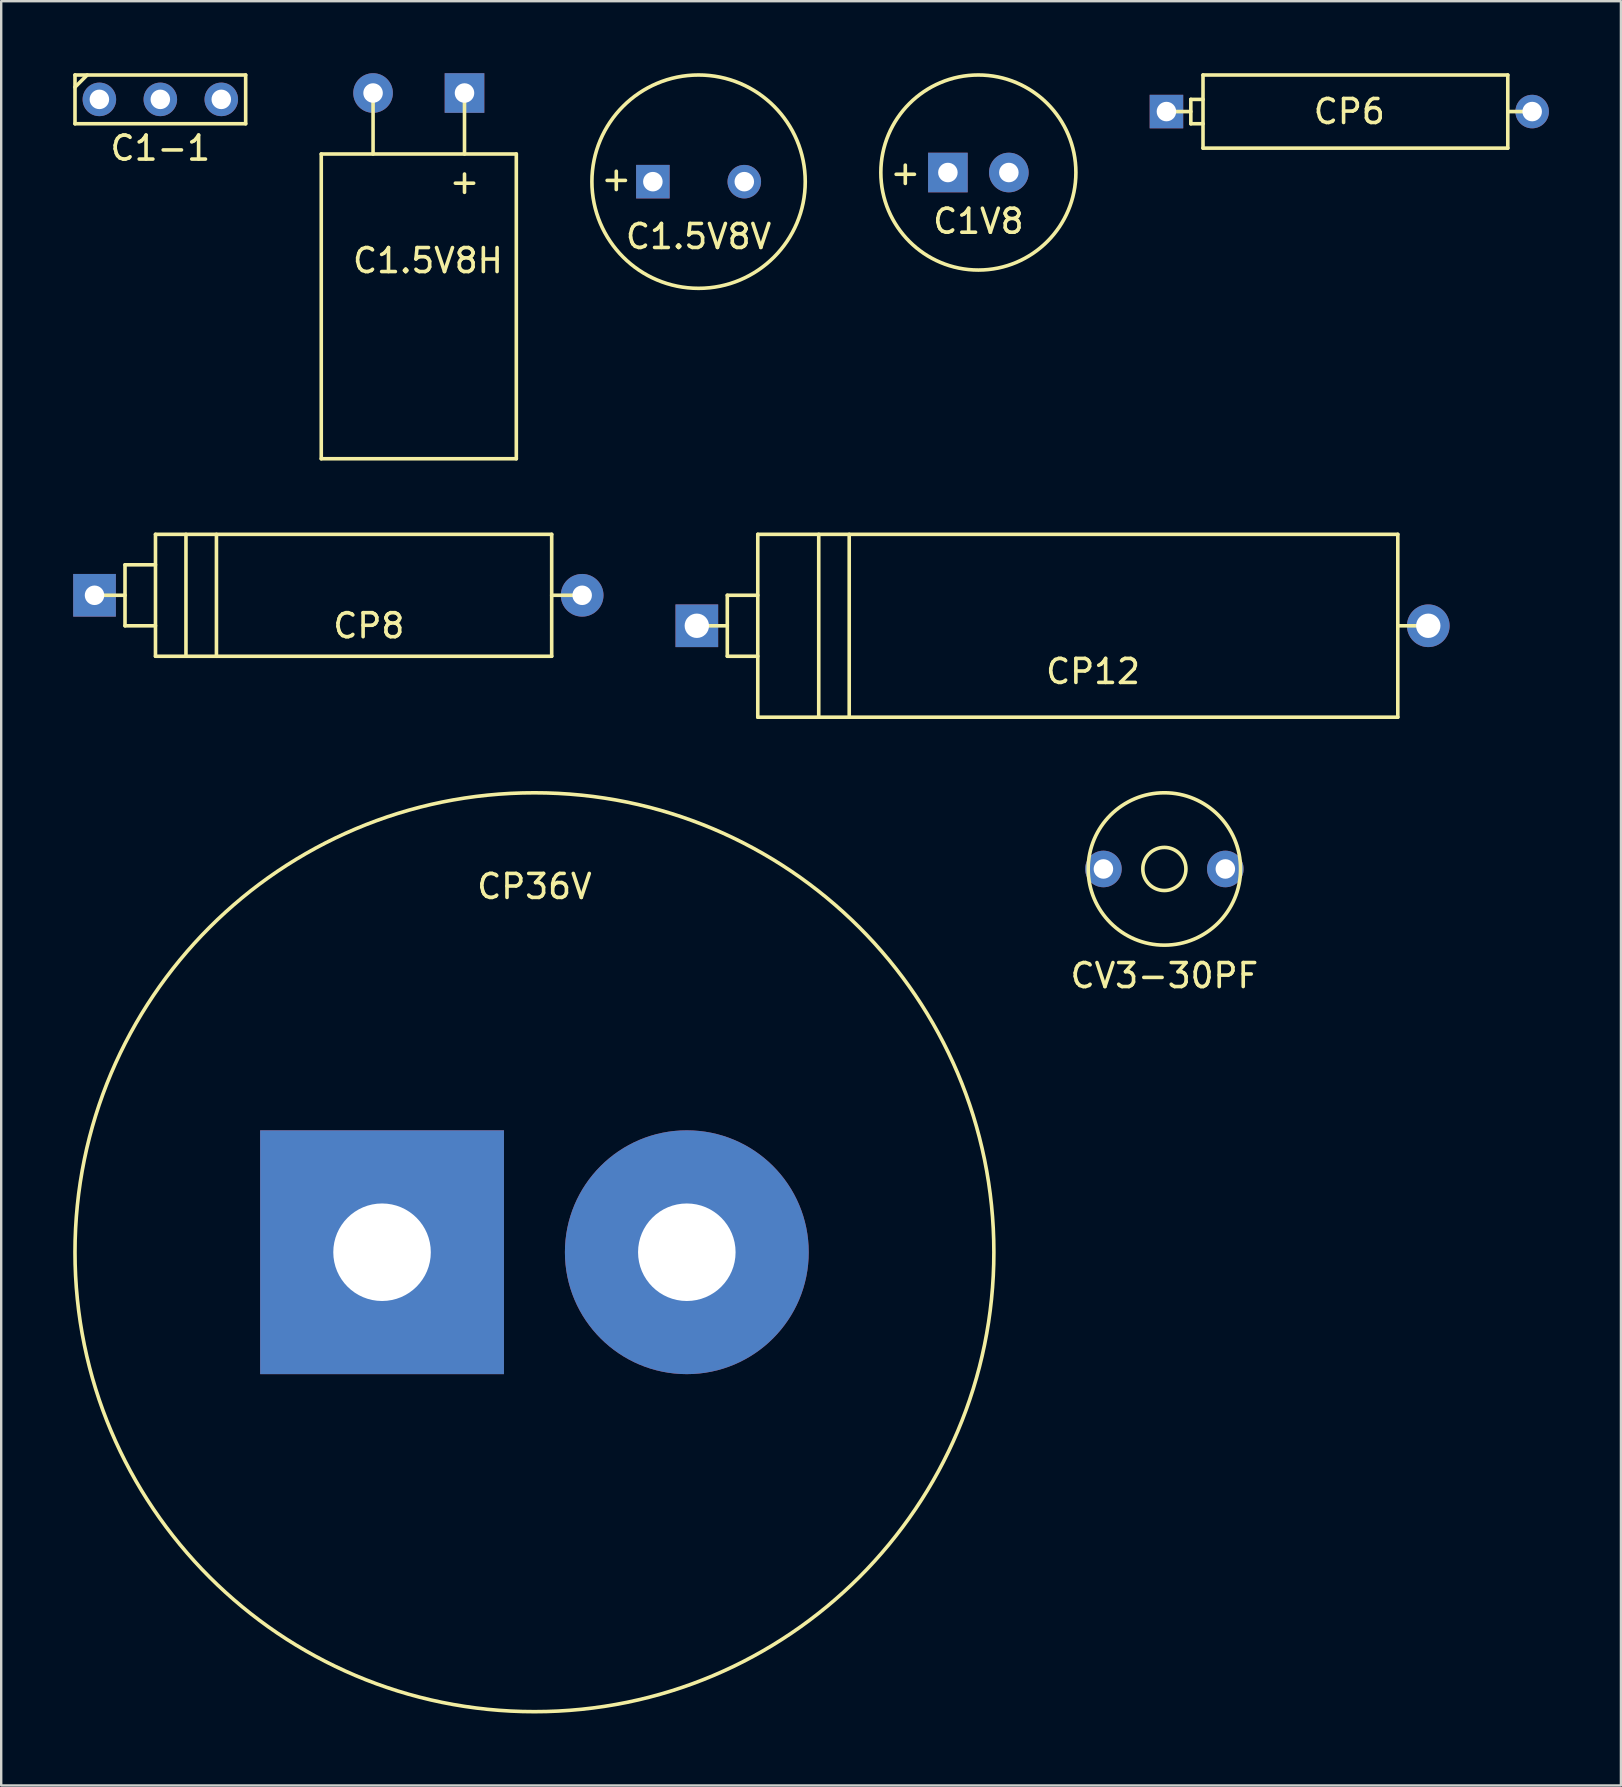
<source format=kicad_pcb>
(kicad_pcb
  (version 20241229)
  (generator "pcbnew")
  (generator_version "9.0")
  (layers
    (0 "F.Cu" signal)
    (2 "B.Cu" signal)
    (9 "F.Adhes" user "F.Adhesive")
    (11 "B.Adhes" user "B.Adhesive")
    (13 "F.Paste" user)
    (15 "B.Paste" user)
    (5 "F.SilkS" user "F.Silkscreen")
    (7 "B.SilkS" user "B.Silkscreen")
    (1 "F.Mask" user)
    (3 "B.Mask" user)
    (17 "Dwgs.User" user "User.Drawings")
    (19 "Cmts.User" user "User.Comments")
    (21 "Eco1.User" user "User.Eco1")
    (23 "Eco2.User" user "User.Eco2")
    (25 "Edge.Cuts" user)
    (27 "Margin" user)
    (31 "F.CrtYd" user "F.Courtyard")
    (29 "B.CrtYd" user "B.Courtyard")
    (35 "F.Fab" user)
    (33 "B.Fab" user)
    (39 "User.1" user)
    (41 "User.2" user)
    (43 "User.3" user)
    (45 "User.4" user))
  (footprint "CP6"
    (layer "F.Cu")
    (at 53.176 1.599)
    (property "Reference" "CP6" (at 0 0 0) (layer "F.SilkS") (effects (font (size 1 1) (thickness 0.15))))
    (attr through_hole)
    (fp_line (start -7.62 0) (end -6.604 0) (stroke (width 0.15) (type solid)) (layer "F.SilkS"))
    (fp_line (start -6.604 -0.508) (end -6.096 -0.508) (stroke (width 0.15) (type solid)) (layer "F.SilkS"))
    (fp_line (start -6.604 0.508) (end -6.604 -0.508) (stroke (width 0.15) (type solid)) (layer "F.SilkS"))
    (fp_line (start -6.096 -1.524) (end -6.096 1.524) (stroke (width 0.15) (type solid)) (layer "F.SilkS"))
    (fp_line (start -6.096 0.508) (end -6.604 0.508) (stroke (width 0.15) (type solid)) (layer "F.SilkS"))
    (fp_line (start -6.096 1.524) (end 6.604 1.524) (stroke (width 0.15) (type solid)) (layer "F.SilkS"))
    (fp_line (start 6.604 -1.524) (end -6.096 -1.524) (stroke (width 0.15) (type solid)) (layer "F.SilkS"))
    (fp_line (start 6.604 0) (end 6.604 -1.524) (stroke (width 0.15) (type solid)) (layer "F.SilkS"))
    (fp_line (start 6.604 1.524) (end 6.604 0) (stroke (width 0.15) (type solid)) (layer "F.SilkS"))
    (fp_line (start 7.62 0) (end 6.604 0) (stroke (width 0.15) (type solid)) (layer "F.SilkS"))
    (pad "1" thru_hole rect (at -7.62 0) (size 1.397 1.397) (drill 0.813) (layers "*.Cu" "*.Mask"))
    (pad "2" thru_hole circle (at 7.62 0) (size 1.397 1.397) (drill 0.813) (layers "*.Cu" "*.Mask")))
  (footprint "CP8"
    (layer "F.Cu")
    (at 11.049 21.756)
    (property "Reference" "CP8" (at 1.27 1.27 0) (layer "F.SilkS") (effects (font (size 1 1) (thickness 0.15))))
    (attr through_hole)
    (fp_line (start -10.16 0) (end -8.89 0) (stroke (width 0.15) (type solid)) (layer "F.SilkS"))
    (fp_line (start -8.89 -1.27) (end -7.62 -1.27) (stroke (width 0.15) (type solid)) (layer "F.SilkS"))
    (fp_line (start -8.89 1.27) (end -8.89 -1.27) (stroke (width 0.15) (type solid)) (layer "F.SilkS"))
    (fp_line (start -7.62 -2.54) (end 8.89 -2.54) (stroke (width 0.15) (type solid)) (layer "F.SilkS"))
    (fp_line (start -7.62 1.27) (end -8.89 1.27) (stroke (width 0.15) (type solid)) (layer "F.SilkS"))
    (fp_line (start -7.62 2.54) (end -7.62 -2.54) (stroke (width 0.15) (type solid)) (layer "F.SilkS"))
    (fp_line (start -6.35 2.54) (end -6.35 -2.54) (stroke (width 0.15) (type solid)) (layer "F.SilkS"))
    (fp_line (start -5.08 -2.54) (end -5.08 2.54) (stroke (width 0.15) (type solid)) (layer "F.SilkS"))
    (fp_line (start 8.89 -2.54) (end 8.89 2.54) (stroke (width 0.15) (type solid)) (layer "F.SilkS"))
    (fp_line (start 8.89 0) (end 10.16 0) (stroke (width 0.15) (type solid)) (layer "F.SilkS"))
    (fp_line (start 8.89 2.54) (end -7.62 2.54) (stroke (width 0.15) (type solid)) (layer "F.SilkS"))
    (pad "1" thru_hole rect (at -10.16 0) (size 1.778 1.778) (drill 0.813) (layers "*.Cu" "*.Mask"))
    (pad "2" thru_hole circle (at 10.16 0) (size 1.778 1.778) (drill 0.813) (layers "*.Cu" "*.Mask")))
  (footprint "C1-1"
    (layer "F.Cu")
    (at 3.631 1.091)
    (property "Reference" "C1-1" (at 0 2.032 0) (layer "F.SilkS") (effects (font (size 1 1) (thickness 0.15))))
    (attr through_hole)
    (fp_line (start -3.556 -1.016) (end 3.556 -1.016) (stroke (width 0.15) (type solid)) (layer "F.SilkS"))
    (fp_line (start -3.556 -0.508) (end -3.048 -1.016) (stroke (width 0.15) (type solid)) (layer "F.SilkS"))
    (fp_line (start -3.556 1.016) (end -3.556 -1.016) (stroke (width 0.15) (type solid)) (layer "F.SilkS"))
    (fp_line (start 3.556 -1.016) (end 3.556 1.016) (stroke (width 0.15) (type solid)) (layer "F.SilkS"))
    (fp_line (start 3.556 1.016) (end -3.556 1.016) (stroke (width 0.15) (type solid)) (layer "F.SilkS"))
    (pad "1" thru_hole circle (at -2.54 0) (size 1.397 1.397) (drill 0.813) (layers "*.Cu" "*.Mask"))
    (pad "2" thru_hole circle (at 0 0) (size 1.397 1.397) (drill 0.813) (layers "*.Cu" "*.Mask"))
    (pad "2" thru_hole circle (at 2.54 0) (size 1.397 1.397) (drill 0.813) (layers "*.Cu" "*.Mask")))
  (footprint "C1.5V8H"
    (layer "F.Cu")
    (at 14.401 0.826)
    (property "Reference" "C1.5V8H" (at 0.381 6.985 0) (layer "F.SilkS") (effects (font (size 1 1) (thickness 0.15))))
    (attr through_hole)
    (fp_line (start -4.064 2.54) (end -4.064 15.24) (stroke (width 0.15) (type solid)) (layer "F.SilkS"))
    (fp_line (start -4.064 15.24) (end 4.064 15.24) (stroke (width 0.15) (type solid)) (layer "F.SilkS"))
    (fp_line (start -1.905 0) (end -1.905 2.54) (stroke (width 0.15) (type solid)) (layer "F.SilkS"))
    (fp_line (start 1.905 0) (end 1.905 2.54) (stroke (width 0.15) (type solid)) (layer "F.SilkS"))
    (fp_line (start 4.064 2.54) (end -4.064 2.54) (stroke (width 0.15) (type solid)) (layer "F.SilkS"))
    (fp_line (start 4.064 2.54) (end 4.064 15.24) (stroke (width 0.15) (type solid)) (layer "F.SilkS"))
    (fp_text user "+" (at 1.905 3.683 0) (layer "F.SilkS") (effects (font (size 1 1) (thickness 0.15))))
    (pad "1" thru_hole rect (at 1.905 0) (size 1.651 1.651) (drill 0.813) (layers "*.Cu" "*.Mask"))
    (pad "2" thru_hole circle (at -1.905 0) (size 1.651 1.651) (drill 0.813) (layers "*.Cu" "*.Mask")))
  (footprint "CP36V"
    (layer "F.Cu")
    (at 19.22 49.131)
    (property "Reference" "CP36V" (at 0 -15.24 0) (layer "F.SilkS") (effects (font (size 1 1) (thickness 0.15))))
    (attr through_hole)
    (fp_circle (center 0 0) (end 19.05 1.905) (stroke (width 0.15) (type solid)) (fill no) (layer "F.SilkS"))
    (pad "1" thru_hole rect (at -6.35 0) (size 10.16 10.16) (drill 4.064) (layers "*.Cu" "*.Mask"))
    (pad "2" thru_hole circle (at 6.35 0) (size 10.16 10.16) (drill 4.064) (layers "*.Cu" "*.Mask")))
  (footprint "C1V8"
    (layer "F.Cu")
    (at 37.719 4.139)
    (property "Reference" "C1V8" (at 0 2.032 0) (layer "F.SilkS") (effects (font (size 1 1) (thickness 0.15))))
    (attr through_hole)
    (fp_circle (center 0 0) (end 4.064 0) (stroke (width 0.15) (type solid)) (fill no) (layer "F.SilkS"))
    (fp_text user "+" (at -3.045 0 0) (layer "F.SilkS") (effects (font (size 1 1) (thickness 0.15))))
    (pad "1" thru_hole rect (at -1.27 0) (size 1.651 1.651) (drill 0.813) (layers "*.Cu" "*.Mask"))
    (pad "2" thru_hole circle (at 1.27 0) (size 1.651 1.651) (drill 0.813) (layers "*.Cu" "*.Mask")))
  (footprint "C1.5V8V"
    (layer "F.Cu")
    (at 26.06 4.52)
    (property "Reference" "C1.5V8V" (at 0 2.286 0) (layer "F.SilkS") (effects (font (size 1 1) (thickness 0.15))))
    (attr through_hole)
    (fp_circle (center 0 0) (end 0 4.445) (stroke (width 0.15) (type solid)) (fill no) (layer "F.SilkS"))
    (fp_text user "+" (at -3.429 -0.127 0) (layer "F.SilkS") (effects (font (size 1 1) (thickness 0.15))))
    (pad "1" thru_hole rect (at -1.905 0) (size 1.397 1.397) (drill 0.813) (layers "*.Cu" "*.Mask"))
    (pad "2" thru_hole circle (at 1.905 0) (size 1.397 1.397) (drill 0.813) (layers "*.Cu" "*.Mask")))
  (footprint "CP12"
    (layer "F.Cu")
    (at 41.227 23.026)
    (property "Reference" "CP12" (at 1.27 1.905 0) (layer "F.SilkS") (effects (font (size 1 1) (thickness 0.15))))
    (attr through_hole)
    (fp_line (start -15.24 0) (end -13.97 0) (stroke (width 0.15) (type solid)) (layer "F.SilkS"))
    (fp_line (start -13.97 -1.27) (end -12.7 -1.27) (stroke (width 0.15) (type solid)) (layer "F.SilkS"))
    (fp_line (start -13.97 1.27) (end -13.97 -1.27) (stroke (width 0.15) (type solid)) (layer "F.SilkS"))
    (fp_line (start -12.7 -3.81) (end -12.7 3.81) (stroke (width 0.15) (type solid)) (layer "F.SilkS"))
    (fp_line (start -12.7 -3.81) (end 13.97 -3.81) (stroke (width 0.15) (type solid)) (layer "F.SilkS"))
    (fp_line (start -12.7 1.27) (end -13.97 1.27) (stroke (width 0.15) (type solid)) (layer "F.SilkS"))
    (fp_line (start -10.16 -3.81) (end -10.16 3.81) (stroke (width 0.15) (type solid)) (layer "F.SilkS"))
    (fp_line (start -8.89 -3.81) (end -8.89 3.81) (stroke (width 0.15) (type solid)) (layer "F.SilkS"))
    (fp_line (start 13.97 -3.81) (end 13.97 3.81) (stroke (width 0.15) (type solid)) (layer "F.SilkS"))
    (fp_line (start 13.97 0) (end 15.24 0) (stroke (width 0.15) (type solid)) (layer "F.SilkS"))
    (fp_line (start 13.97 3.81) (end -12.7 3.81) (stroke (width 0.15) (type solid)) (layer "F.SilkS"))
    (pad "1" thru_hole rect (at -15.24 0) (size 1.778 1.778) (drill 1.016) (layers "*.Cu" "*.Mask"))
    (pad "2" thru_hole circle (at 15.24 0) (size 1.778 1.778) (drill 1.016) (layers "*.Cu" "*.Mask")))
  (footprint "CV3-30PF"
    (layer "F.Cu")
    (at 45.47 33.16)
    (property "Reference" "CV3-30PF" (at 0 4.445 0) (layer "F.SilkS") (effects (font (size 1 1) (thickness 0.15))))
    (attr through_hole)
    (fp_circle (center 0 0) (end 0.635 0.635) (stroke (width 0.15) (type solid)) (fill no) (layer "F.SilkS"))
    (fp_circle (center 0 0) (end 3.175 0) (stroke (width 0.15) (type solid)) (fill no) (layer "F.SilkS"))
    (pad "1" thru_hole circle (at 2.54 0) (size 1.524 1.524) (drill 0.813) (layers "*.Cu" "*.Mask"))
    (pad "2" thru_hole circle (at -2.54 0) (size 1.524 1.524) (drill 0.813) (layers "*.Cu" "*.Mask")))
  (gr_rect
    (start -3 -3)
    (end 64.495 71.351)
    (stroke (width 0.1) (type default))
    (fill no)
    (layer "Edge.Cuts")))
</source>
